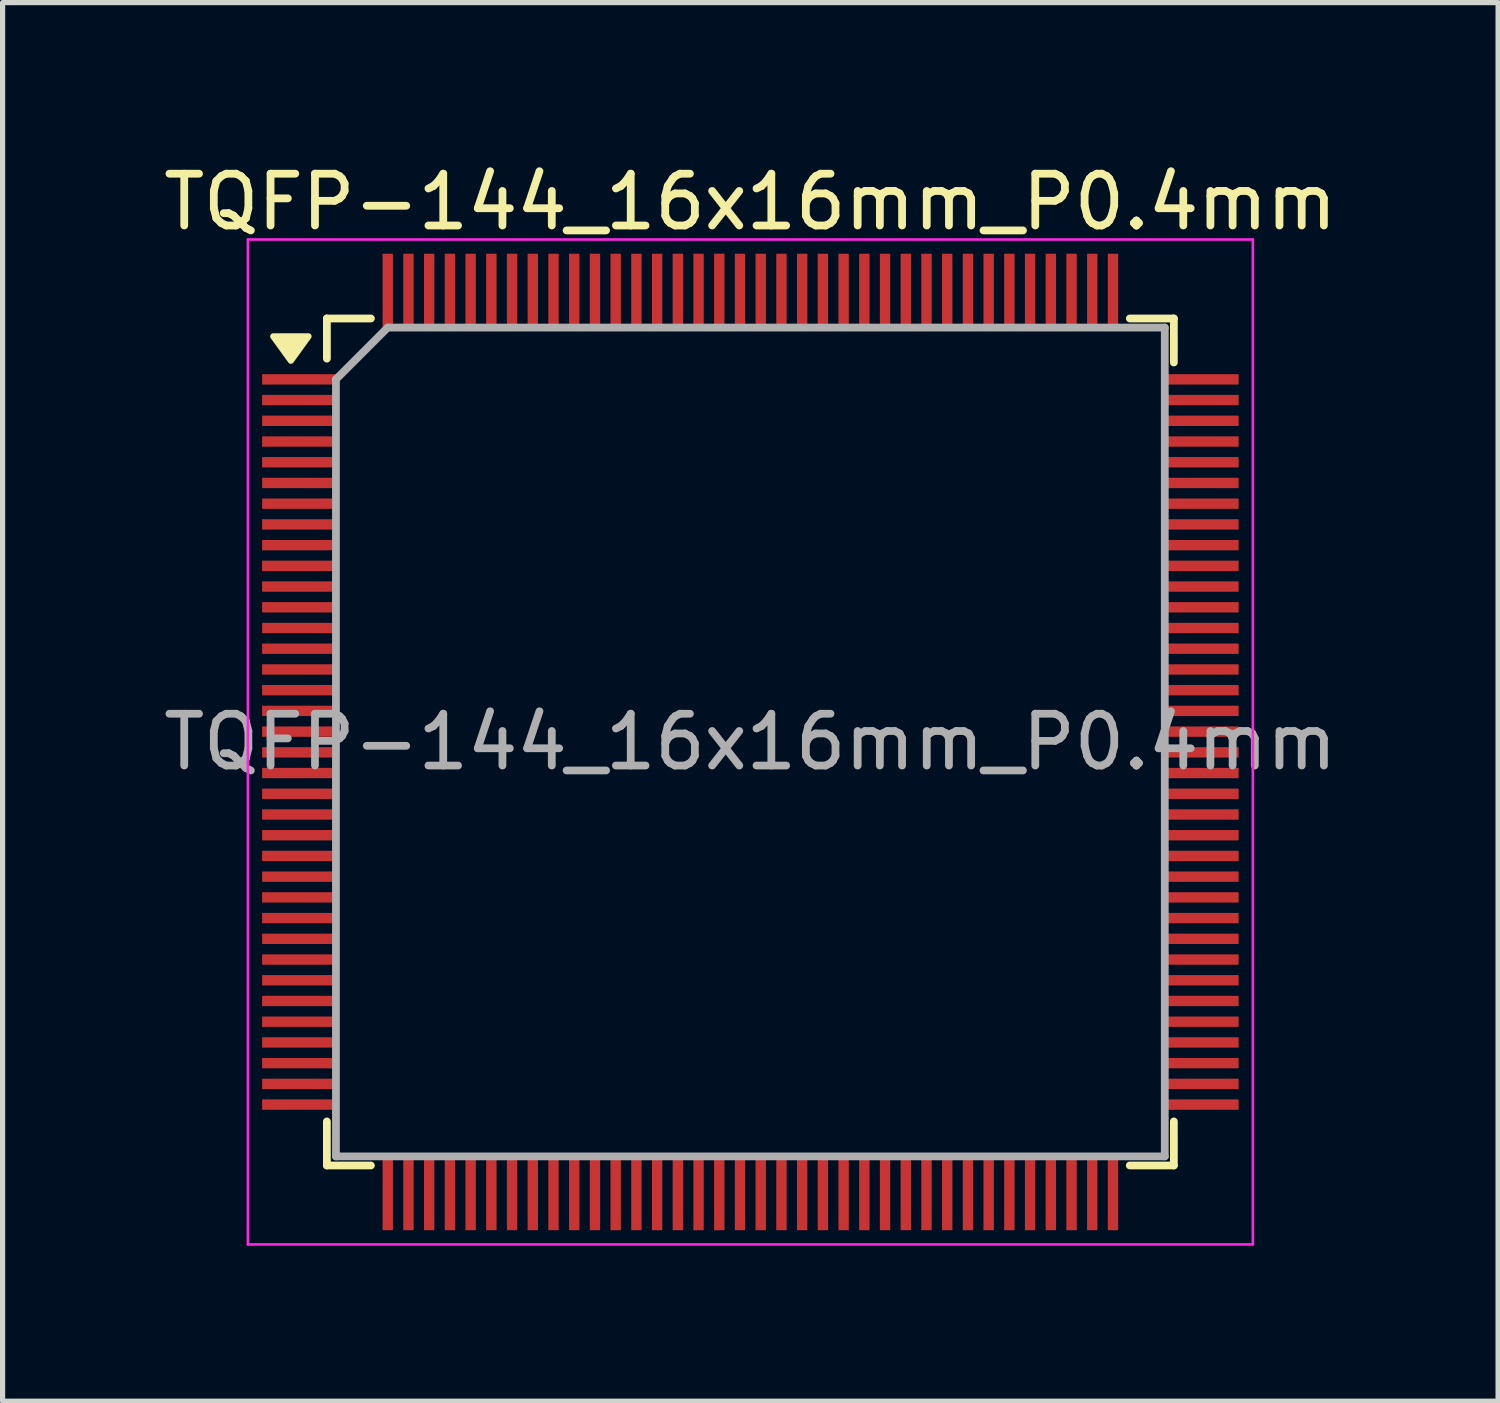
<source format=kicad_pcb>
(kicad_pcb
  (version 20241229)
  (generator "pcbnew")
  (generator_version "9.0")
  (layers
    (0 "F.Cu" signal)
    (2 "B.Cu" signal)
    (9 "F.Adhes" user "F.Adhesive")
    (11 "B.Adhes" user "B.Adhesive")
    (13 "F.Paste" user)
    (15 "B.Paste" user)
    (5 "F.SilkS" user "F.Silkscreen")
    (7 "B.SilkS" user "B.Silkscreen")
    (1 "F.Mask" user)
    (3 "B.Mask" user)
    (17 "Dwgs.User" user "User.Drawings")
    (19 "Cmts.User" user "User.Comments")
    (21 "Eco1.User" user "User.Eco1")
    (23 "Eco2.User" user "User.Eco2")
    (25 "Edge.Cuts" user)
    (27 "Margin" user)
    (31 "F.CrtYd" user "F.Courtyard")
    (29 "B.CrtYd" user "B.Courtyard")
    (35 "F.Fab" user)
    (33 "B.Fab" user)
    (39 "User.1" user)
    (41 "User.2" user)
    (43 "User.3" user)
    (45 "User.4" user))
  (footprint "TQFP-144_16x16mm_P0.4mm"
    (layer "F.Cu")
    (at 11.435 11.273)
    (property "Reference" "TQFP-144_16x16mm_P0.4mm" (at 0 -10.425 0) (layer "F.SilkS") (effects (font (size 1 1) (thickness 0.15))))
    (attr smd)
    (fp_line (start -8.175 -8.175) (end -8.175 -7.4) (stroke (width 0.15) (type solid)) (layer "F.SilkS"))
    (fp_line (start -8.175 -8.175) (end -7.325 -8.175) (stroke (width 0.15) (type solid)) (layer "F.SilkS"))
    (fp_line (start -8.175 8.175) (end -8.175 7.325) (stroke (width 0.15) (type solid)) (layer "F.SilkS"))
    (fp_line (start -8.175 8.175) (end -7.325 8.175) (stroke (width 0.15) (type solid)) (layer "F.SilkS"))
    (fp_line (start 8.175 -8.175) (end 7.325 -8.175) (stroke (width 0.15) (type solid)) (layer "F.SilkS"))
    (fp_line (start 8.175 -8.175) (end 8.175 -7.325) (stroke (width 0.15) (type solid)) (layer "F.SilkS"))
    (fp_line (start 8.175 8.175) (end 7.325 8.175) (stroke (width 0.15) (type solid)) (layer "F.SilkS"))
    (fp_line (start 8.175 8.175) (end 8.175 7.325) (stroke (width 0.15) (type solid)) (layer "F.SilkS"))
    (fp_poly (pts (xy -8.87 -7.36) (xy -9.21 -7.83) (xy -8.53 -7.83) (xy -8.87 -7.36)) (stroke (width 0.12) (type solid)) (fill yes) (layer "F.SilkS"))
    (fp_line (start -9.7 -9.7) (end -9.7 9.7) (stroke (width 0.05) (type solid)) (layer "F.CrtYd"))
    (fp_line (start -9.7 -9.7) (end 9.7 -9.7) (stroke (width 0.05) (type solid)) (layer "F.CrtYd"))
    (fp_line (start -9.7 9.7) (end 9.7 9.7) (stroke (width 0.05) (type solid)) (layer "F.CrtYd"))
    (fp_line (start 9.7 -9.7) (end 9.7 9.7) (stroke (width 0.05) (type solid)) (layer "F.CrtYd"))
    (fp_line (start -8 -7) (end -7 -8) (stroke (width 0.15) (type solid)) (layer "F.Fab"))
    (fp_line (start -8 8) (end -8 -7) (stroke (width 0.15) (type solid)) (layer "F.Fab"))
    (fp_line (start -7 -8) (end 8 -8) (stroke (width 0.15) (type solid)) (layer "F.Fab"))
    (fp_line (start 8 -8) (end 8 8) (stroke (width 0.15) (type solid)) (layer "F.Fab"))
    (fp_line (start 8 8) (end -8 8) (stroke (width 0.15) (type solid)) (layer "F.Fab"))
    (fp_text user "${REFERENCE}" (at 0 0 0) (layer "F.Fab") (effects (font (size 1 1) (thickness 0.15))))
    (pad "1" smd rect (at -8.7 -7) (size 1.45 0.2) (layers "F.Cu" "F.Mask" "F.Paste"))
    (pad "2" smd rect (at -8.7 -6.6) (size 1.45 0.2) (layers "F.Cu" "F.Mask" "F.Paste"))
    (pad "3" smd rect (at -8.7 -6.2) (size 1.45 0.2) (layers "F.Cu" "F.Mask" "F.Paste"))
    (pad "4" smd rect (at -8.7 -5.8) (size 1.45 0.2) (layers "F.Cu" "F.Mask" "F.Paste"))
    (pad "5" smd rect (at -8.7 -5.4) (size 1.45 0.2) (layers "F.Cu" "F.Mask" "F.Paste"))
    (pad "6" smd rect (at -8.7 -5) (size 1.45 0.2) (layers "F.Cu" "F.Mask" "F.Paste"))
    (pad "7" smd rect (at -8.7 -4.6) (size 1.45 0.2) (layers "F.Cu" "F.Mask" "F.Paste"))
    (pad "8" smd rect (at -8.7 -4.2) (size 1.45 0.2) (layers "F.Cu" "F.Mask" "F.Paste"))
    (pad "9" smd rect (at -8.7 -3.8) (size 1.45 0.2) (layers "F.Cu" "F.Mask" "F.Paste"))
    (pad "10" smd rect (at -8.7 -3.4) (size 1.45 0.2) (layers "F.Cu" "F.Mask" "F.Paste"))
    (pad "11" smd rect (at -8.7 -3) (size 1.45 0.2) (layers "F.Cu" "F.Mask" "F.Paste"))
    (pad "12" smd rect (at -8.7 -2.6) (size 1.45 0.2) (layers "F.Cu" "F.Mask" "F.Paste"))
    (pad "13" smd rect (at -8.7 -2.2) (size 1.45 0.2) (layers "F.Cu" "F.Mask" "F.Paste"))
    (pad "14" smd rect (at -8.7 -1.8) (size 1.45 0.2) (layers "F.Cu" "F.Mask" "F.Paste"))
    (pad "15" smd rect (at -8.7 -1.4) (size 1.45 0.2) (layers "F.Cu" "F.Mask" "F.Paste"))
    (pad "16" smd rect (at -8.7 -1) (size 1.45 0.2) (layers "F.Cu" "F.Mask" "F.Paste"))
    (pad "17" smd rect (at -8.7 -0.6) (size 1.45 0.2) (layers "F.Cu" "F.Mask" "F.Paste"))
    (pad "18" smd rect (at -8.7 -0.2) (size 1.45 0.2) (layers "F.Cu" "F.Mask" "F.Paste"))
    (pad "19" smd rect (at -8.7 0.2) (size 1.45 0.2) (layers "F.Cu" "F.Mask" "F.Paste"))
    (pad "20" smd rect (at -8.7 0.6) (size 1.45 0.2) (layers "F.Cu" "F.Mask" "F.Paste"))
    (pad "21" smd rect (at -8.7 1) (size 1.45 0.2) (layers "F.Cu" "F.Mask" "F.Paste"))
    (pad "22" smd rect (at -8.7 1.4) (size 1.45 0.2) (layers "F.Cu" "F.Mask" "F.Paste"))
    (pad "23" smd rect (at -8.7 1.8) (size 1.45 0.2) (layers "F.Cu" "F.Mask" "F.Paste"))
    (pad "24" smd rect (at -8.7 2.2) (size 1.45 0.2) (layers "F.Cu" "F.Mask" "F.Paste"))
    (pad "25" smd rect (at -8.7 2.6) (size 1.45 0.2) (layers "F.Cu" "F.Mask" "F.Paste"))
    (pad "26" smd rect (at -8.7 3) (size 1.45 0.2) (layers "F.Cu" "F.Mask" "F.Paste"))
    (pad "27" smd rect (at -8.7 3.4) (size 1.45 0.2) (layers "F.Cu" "F.Mask" "F.Paste"))
    (pad "28" smd rect (at -8.7 3.8) (size 1.45 0.2) (layers "F.Cu" "F.Mask" "F.Paste"))
    (pad "29" smd rect (at -8.7 4.2) (size 1.45 0.2) (layers "F.Cu" "F.Mask" "F.Paste"))
    (pad "30" smd rect (at -8.7 4.6) (size 1.45 0.2) (layers "F.Cu" "F.Mask" "F.Paste"))
    (pad "31" smd rect (at -8.7 5) (size 1.45 0.2) (layers "F.Cu" "F.Mask" "F.Paste"))
    (pad "32" smd rect (at -8.7 5.4) (size 1.45 0.2) (layers "F.Cu" "F.Mask" "F.Paste"))
    (pad "33" smd rect (at -8.7 5.8) (size 1.45 0.2) (layers "F.Cu" "F.Mask" "F.Paste"))
    (pad "34" smd rect (at -8.7 6.2) (size 1.45 0.2) (layers "F.Cu" "F.Mask" "F.Paste"))
    (pad "35" smd rect (at -8.7 6.6) (size 1.45 0.2) (layers "F.Cu" "F.Mask" "F.Paste"))
    (pad "36" smd rect (at -8.7 7) (size 1.45 0.2) (layers "F.Cu" "F.Mask" "F.Paste"))
    (pad "37" smd rect (at -7 8.7 90) (size 1.45 0.2) (layers "F.Cu" "F.Mask" "F.Paste"))
    (pad "38" smd rect (at -6.6 8.7 90) (size 1.45 0.2) (layers "F.Cu" "F.Mask" "F.Paste"))
    (pad "39" smd rect (at -6.2 8.7 90) (size 1.45 0.2) (layers "F.Cu" "F.Mask" "F.Paste"))
    (pad "40" smd rect (at -5.8 8.7 90) (size 1.45 0.2) (layers "F.Cu" "F.Mask" "F.Paste"))
    (pad "41" smd rect (at -5.4 8.7 90) (size 1.45 0.2) (layers "F.Cu" "F.Mask" "F.Paste"))
    (pad "42" smd rect (at -5 8.7 90) (size 1.45 0.2) (layers "F.Cu" "F.Mask" "F.Paste"))
    (pad "43" smd rect (at -4.6 8.7 90) (size 1.45 0.2) (layers "F.Cu" "F.Mask" "F.Paste"))
    (pad "44" smd rect (at -4.2 8.7 90) (size 1.45 0.2) (layers "F.Cu" "F.Mask" "F.Paste"))
    (pad "45" smd rect (at -3.8 8.7 90) (size 1.45 0.2) (layers "F.Cu" "F.Mask" "F.Paste"))
    (pad "46" smd rect (at -3.4 8.7 90) (size 1.45 0.2) (layers "F.Cu" "F.Mask" "F.Paste"))
    (pad "47" smd rect (at -3 8.7 90) (size 1.45 0.2) (layers "F.Cu" "F.Mask" "F.Paste"))
    (pad "48" smd rect (at -2.6 8.7 90) (size 1.45 0.2) (layers "F.Cu" "F.Mask" "F.Paste"))
    (pad "49" smd rect (at -2.2 8.7 90) (size 1.45 0.2) (layers "F.Cu" "F.Mask" "F.Paste"))
    (pad "50" smd rect (at -1.8 8.7 90) (size 1.45 0.2) (layers "F.Cu" "F.Mask" "F.Paste"))
    (pad "51" smd rect (at -1.4 8.7 90) (size 1.45 0.2) (layers "F.Cu" "F.Mask" "F.Paste"))
    (pad "52" smd rect (at -1 8.7 90) (size 1.45 0.2) (layers "F.Cu" "F.Mask" "F.Paste"))
    (pad "53" smd rect (at -0.6 8.7 90) (size 1.45 0.2) (layers "F.Cu" "F.Mask" "F.Paste"))
    (pad "54" smd rect (at -0.2 8.7 90) (size 1.45 0.2) (layers "F.Cu" "F.Mask" "F.Paste"))
    (pad "55" smd rect (at 0.2 8.7 90) (size 1.45 0.2) (layers "F.Cu" "F.Mask" "F.Paste"))
    (pad "56" smd rect (at 0.6 8.7 90) (size 1.45 0.2) (layers "F.Cu" "F.Mask" "F.Paste"))
    (pad "57" smd rect (at 1 8.7 90) (size 1.45 0.2) (layers "F.Cu" "F.Mask" "F.Paste"))
    (pad "58" smd rect (at 1.4 8.7 90) (size 1.45 0.2) (layers "F.Cu" "F.Mask" "F.Paste"))
    (pad "59" smd rect (at 1.8 8.7 90) (size 1.45 0.2) (layers "F.Cu" "F.Mask" "F.Paste"))
    (pad "60" smd rect (at 2.2 8.7 90) (size 1.45 0.2) (layers "F.Cu" "F.Mask" "F.Paste"))
    (pad "61" smd rect (at 2.6 8.7 90) (size 1.45 0.2) (layers "F.Cu" "F.Mask" "F.Paste"))
    (pad "62" smd rect (at 3 8.7 90) (size 1.45 0.2) (layers "F.Cu" "F.Mask" "F.Paste"))
    (pad "63" smd rect (at 3.4 8.7 90) (size 1.45 0.2) (layers "F.Cu" "F.Mask" "F.Paste"))
    (pad "64" smd rect (at 3.8 8.7 90) (size 1.45 0.2) (layers "F.Cu" "F.Mask" "F.Paste"))
    (pad "65" smd rect (at 4.2 8.7 90) (size 1.45 0.2) (layers "F.Cu" "F.Mask" "F.Paste"))
    (pad "66" smd rect (at 4.6 8.7 90) (size 1.45 0.2) (layers "F.Cu" "F.Mask" "F.Paste"))
    (pad "67" smd rect (at 5 8.7 90) (size 1.45 0.2) (layers "F.Cu" "F.Mask" "F.Paste"))
    (pad "68" smd rect (at 5.4 8.7 90) (size 1.45 0.2) (layers "F.Cu" "F.Mask" "F.Paste"))
    (pad "69" smd rect (at 5.8 8.7 90) (size 1.45 0.2) (layers "F.Cu" "F.Mask" "F.Paste"))
    (pad "70" smd rect (at 6.2 8.7 90) (size 1.45 0.2) (layers "F.Cu" "F.Mask" "F.Paste"))
    (pad "71" smd rect (at 6.6 8.7 90) (size 1.45 0.2) (layers "F.Cu" "F.Mask" "F.Paste"))
    (pad "72" smd rect (at 7 8.7 90) (size 1.45 0.2) (layers "F.Cu" "F.Mask" "F.Paste"))
    (pad "73" smd rect (at 8.7 7) (size 1.45 0.2) (layers "F.Cu" "F.Mask" "F.Paste"))
    (pad "74" smd rect (at 8.7 6.6) (size 1.45 0.2) (layers "F.Cu" "F.Mask" "F.Paste"))
    (pad "75" smd rect (at 8.7 6.2) (size 1.45 0.2) (layers "F.Cu" "F.Mask" "F.Paste"))
    (pad "76" smd rect (at 8.7 5.8) (size 1.45 0.2) (layers "F.Cu" "F.Mask" "F.Paste"))
    (pad "77" smd rect (at 8.7 5.4) (size 1.45 0.2) (layers "F.Cu" "F.Mask" "F.Paste"))
    (pad "78" smd rect (at 8.7 5) (size 1.45 0.2) (layers "F.Cu" "F.Mask" "F.Paste"))
    (pad "79" smd rect (at 8.7 4.6) (size 1.45 0.2) (layers "F.Cu" "F.Mask" "F.Paste"))
    (pad "80" smd rect (at 8.7 4.2) (size 1.45 0.2) (layers "F.Cu" "F.Mask" "F.Paste"))
    (pad "81" smd rect (at 8.7 3.8) (size 1.45 0.2) (layers "F.Cu" "F.Mask" "F.Paste"))
    (pad "82" smd rect (at 8.7 3.4) (size 1.45 0.2) (layers "F.Cu" "F.Mask" "F.Paste"))
    (pad "83" smd rect (at 8.7 3) (size 1.45 0.2) (layers "F.Cu" "F.Mask" "F.Paste"))
    (pad "84" smd rect (at 8.7 2.6) (size 1.45 0.2) (layers "F.Cu" "F.Mask" "F.Paste"))
    (pad "85" smd rect (at 8.7 2.2) (size 1.45 0.2) (layers "F.Cu" "F.Mask" "F.Paste"))
    (pad "86" smd rect (at 8.7 1.8) (size 1.45 0.2) (layers "F.Cu" "F.Mask" "F.Paste"))
    (pad "87" smd rect (at 8.7 1.4) (size 1.45 0.2) (layers "F.Cu" "F.Mask" "F.Paste"))
    (pad "88" smd rect (at 8.7 1) (size 1.45 0.2) (layers "F.Cu" "F.Mask" "F.Paste"))
    (pad "89" smd rect (at 8.7 0.6) (size 1.45 0.2) (layers "F.Cu" "F.Mask" "F.Paste"))
    (pad "90" smd rect (at 8.7 0.2) (size 1.45 0.2) (layers "F.Cu" "F.Mask" "F.Paste"))
    (pad "91" smd rect (at 8.7 -0.2) (size 1.45 0.2) (layers "F.Cu" "F.Mask" "F.Paste"))
    (pad "92" smd rect (at 8.7 -0.6) (size 1.45 0.2) (layers "F.Cu" "F.Mask" "F.Paste"))
    (pad "93" smd rect (at 8.7 -1) (size 1.45 0.2) (layers "F.Cu" "F.Mask" "F.Paste"))
    (pad "94" smd rect (at 8.7 -1.4) (size 1.45 0.2) (layers "F.Cu" "F.Mask" "F.Paste"))
    (pad "95" smd rect (at 8.7 -1.8) (size 1.45 0.2) (layers "F.Cu" "F.Mask" "F.Paste"))
    (pad "96" smd rect (at 8.7 -2.2) (size 1.45 0.2) (layers "F.Cu" "F.Mask" "F.Paste"))
    (pad "97" smd rect (at 8.7 -2.6) (size 1.45 0.2) (layers "F.Cu" "F.Mask" "F.Paste"))
    (pad "98" smd rect (at 8.7 -3) (size 1.45 0.2) (layers "F.Cu" "F.Mask" "F.Paste"))
    (pad "99" smd rect (at 8.7 -3.4) (size 1.45 0.2) (layers "F.Cu" "F.Mask" "F.Paste"))
    (pad "100" smd rect (at 8.7 -3.8) (size 1.45 0.2) (layers "F.Cu" "F.Mask" "F.Paste"))
    (pad "101" smd rect (at 8.7 -4.2) (size 1.45 0.2) (layers "F.Cu" "F.Mask" "F.Paste"))
    (pad "102" smd rect (at 8.7 -4.6) (size 1.45 0.2) (layers "F.Cu" "F.Mask" "F.Paste"))
    (pad "103" smd rect (at 8.7 -5) (size 1.45 0.2) (layers "F.Cu" "F.Mask" "F.Paste"))
    (pad "104" smd rect (at 8.7 -5.4) (size 1.45 0.2) (layers "F.Cu" "F.Mask" "F.Paste"))
    (pad "105" smd rect (at 8.7 -5.8) (size 1.45 0.2) (layers "F.Cu" "F.Mask" "F.Paste"))
    (pad "106" smd rect (at 8.7 -6.2) (size 1.45 0.2) (layers "F.Cu" "F.Mask" "F.Paste"))
    (pad "107" smd rect (at 8.7 -6.6) (size 1.45 0.2) (layers "F.Cu" "F.Mask" "F.Paste"))
    (pad "108" smd rect (at 8.7 -7) (size 1.45 0.2) (layers "F.Cu" "F.Mask" "F.Paste"))
    (pad "109" smd rect (at 7 -8.7 90) (size 1.45 0.2) (layers "F.Cu" "F.Mask" "F.Paste"))
    (pad "110" smd rect (at 6.6 -8.7 90) (size 1.45 0.2) (layers "F.Cu" "F.Mask" "F.Paste"))
    (pad "111" smd rect (at 6.2 -8.7 90) (size 1.45 0.2) (layers "F.Cu" "F.Mask" "F.Paste"))
    (pad "112" smd rect (at 5.8 -8.7 90) (size 1.45 0.2) (layers "F.Cu" "F.Mask" "F.Paste"))
    (pad "113" smd rect (at 5.4 -8.7 90) (size 1.45 0.2) (layers "F.Cu" "F.Mask" "F.Paste"))
    (pad "114" smd rect (at 5 -8.7 90) (size 1.45 0.2) (layers "F.Cu" "F.Mask" "F.Paste"))
    (pad "115" smd rect (at 4.6 -8.7 90) (size 1.45 0.2) (layers "F.Cu" "F.Mask" "F.Paste"))
    (pad "116" smd rect (at 4.2 -8.7 90) (size 1.45 0.2) (layers "F.Cu" "F.Mask" "F.Paste"))
    (pad "117" smd rect (at 3.8 -8.7 90) (size 1.45 0.2) (layers "F.Cu" "F.Mask" "F.Paste"))
    (pad "118" smd rect (at 3.4 -8.7 90) (size 1.45 0.2) (layers "F.Cu" "F.Mask" "F.Paste"))
    (pad "119" smd rect (at 3 -8.7 90) (size 1.45 0.2) (layers "F.Cu" "F.Mask" "F.Paste"))
    (pad "120" smd rect (at 2.6 -8.7 90) (size 1.45 0.2) (layers "F.Cu" "F.Mask" "F.Paste"))
    (pad "121" smd rect (at 2.2 -8.7 90) (size 1.45 0.2) (layers "F.Cu" "F.Mask" "F.Paste"))
    (pad "122" smd rect (at 1.8 -8.7 90) (size 1.45 0.2) (layers "F.Cu" "F.Mask" "F.Paste"))
    (pad "123" smd rect (at 1.4 -8.7 90) (size 1.45 0.2) (layers "F.Cu" "F.Mask" "F.Paste"))
    (pad "124" smd rect (at 1 -8.7 90) (size 1.45 0.2) (layers "F.Cu" "F.Mask" "F.Paste"))
    (pad "125" smd rect (at 0.6 -8.7 90) (size 1.45 0.2) (layers "F.Cu" "F.Mask" "F.Paste"))
    (pad "126" smd rect (at 0.2 -8.7 90) (size 1.45 0.2) (layers "F.Cu" "F.Mask" "F.Paste"))
    (pad "127" smd rect (at -0.2 -8.7 90) (size 1.45 0.2) (layers "F.Cu" "F.Mask" "F.Paste"))
    (pad "128" smd rect (at -0.6 -8.7 90) (size 1.45 0.2) (layers "F.Cu" "F.Mask" "F.Paste"))
    (pad "129" smd rect (at -1 -8.7 90) (size 1.45 0.2) (layers "F.Cu" "F.Mask" "F.Paste"))
    (pad "130" smd rect (at -1.4 -8.7 90) (size 1.45 0.2) (layers "F.Cu" "F.Mask" "F.Paste"))
    (pad "131" smd rect (at -1.8 -8.7 90) (size 1.45 0.2) (layers "F.Cu" "F.Mask" "F.Paste"))
    (pad "132" smd rect (at -2.2 -8.7 90) (size 1.45 0.2) (layers "F.Cu" "F.Mask" "F.Paste"))
    (pad "133" smd rect (at -2.6 -8.7 90) (size 1.45 0.2) (layers "F.Cu" "F.Mask" "F.Paste"))
    (pad "134" smd rect (at -3 -8.7 90) (size 1.45 0.2) (layers "F.Cu" "F.Mask" "F.Paste"))
    (pad "135" smd rect (at -3.4 -8.7 90) (size 1.45 0.2) (layers "F.Cu" "F.Mask" "F.Paste"))
    (pad "136" smd rect (at -3.8 -8.7 90) (size 1.45 0.2) (layers "F.Cu" "F.Mask" "F.Paste"))
    (pad "137" smd rect (at -4.2 -8.7 90) (size 1.45 0.2) (layers "F.Cu" "F.Mask" "F.Paste"))
    (pad "138" smd rect (at -4.6 -8.7 90) (size 1.45 0.2) (layers "F.Cu" "F.Mask" "F.Paste"))
    (pad "139" smd rect (at -5 -8.7 90) (size 1.45 0.2) (layers "F.Cu" "F.Mask" "F.Paste"))
    (pad "140" smd rect (at -5.4 -8.7 90) (size 1.45 0.2) (layers "F.Cu" "F.Mask" "F.Paste"))
    (pad "141" smd rect (at -5.8 -8.7 90) (size 1.45 0.2) (layers "F.Cu" "F.Mask" "F.Paste"))
    (pad "142" smd rect (at -6.2 -8.7 90) (size 1.45 0.2) (layers "F.Cu" "F.Mask" "F.Paste"))
    (pad "143" smd rect (at -6.6 -8.7 90) (size 1.45 0.2) (layers "F.Cu" "F.Mask" "F.Paste"))
    (pad "144" smd rect (at -7 -8.7 90) (size 1.45 0.2) (layers "F.Cu" "F.Mask" "F.Paste")))
  (gr_rect
    (start -3 -3)
    (end 25.869 23.998)
    (stroke (width 0.1) (type default))
    (fill no)
    (layer "Edge.Cuts")))
</source>
